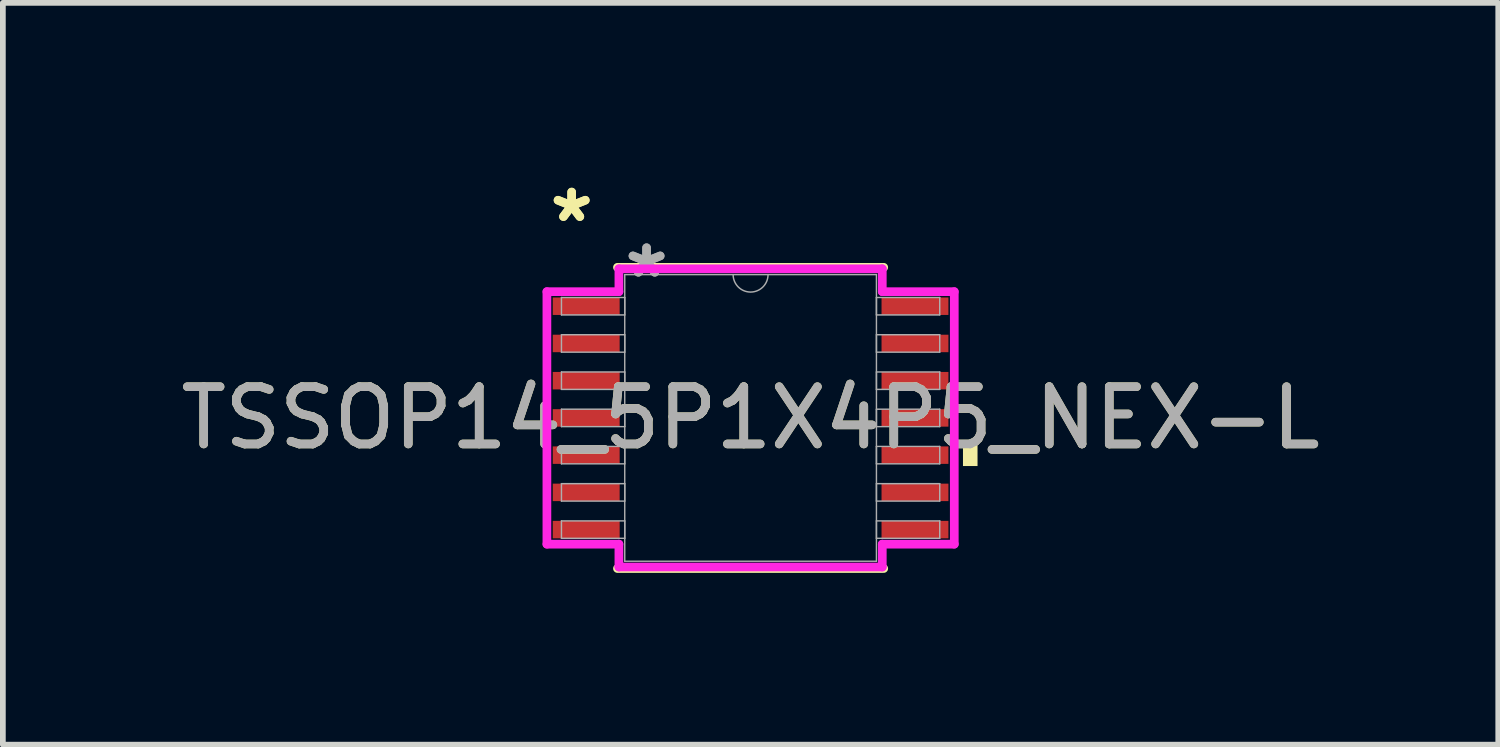
<source format=kicad_pcb>
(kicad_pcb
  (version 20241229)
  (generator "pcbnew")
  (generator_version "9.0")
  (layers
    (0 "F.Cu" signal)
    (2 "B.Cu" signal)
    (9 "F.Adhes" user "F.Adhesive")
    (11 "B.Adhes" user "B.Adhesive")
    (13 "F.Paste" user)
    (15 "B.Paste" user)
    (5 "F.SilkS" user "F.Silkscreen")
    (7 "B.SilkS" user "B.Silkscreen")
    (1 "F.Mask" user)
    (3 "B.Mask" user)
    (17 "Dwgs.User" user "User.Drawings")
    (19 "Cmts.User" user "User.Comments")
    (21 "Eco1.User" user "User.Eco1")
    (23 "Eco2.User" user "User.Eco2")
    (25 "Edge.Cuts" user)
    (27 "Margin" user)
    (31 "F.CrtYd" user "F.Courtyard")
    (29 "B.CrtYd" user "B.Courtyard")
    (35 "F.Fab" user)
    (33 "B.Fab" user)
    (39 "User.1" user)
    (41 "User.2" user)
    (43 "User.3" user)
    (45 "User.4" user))
  (footprint "TSSOP14_5P1X4P5_NEX-L"
    (layer "F.Cu")
    (at 10.054 4.246)
    (property "Reference" "TSSOP14_5P1X4P5_NEX-L" (at 0 0 0) (unlocked yes) (layer "F.SilkS") (effects (font (size 1 1) (thickness 0.15))))
    (attr smd)
    (fp_line (start -2.324 2.629) (end 2.324 2.629) (stroke (width 0.152) (type solid)) (layer "F.SilkS"))
    (fp_line (start 2.324 -2.629) (end -2.324 -2.629) (stroke (width 0.152) (type solid)) (layer "F.SilkS"))
    (fp_poly (pts (xy 3.962 0.459) (xy 3.962 0.84) (xy 3.708 0.84) (xy 3.708 0.459)) (stroke (width 0) (type solid)) (fill yes) (layer "F.SilkS"))
    (fp_line (start -3.556 -2.204) (end -2.299 -2.204) (stroke (width 0.152) (type solid)) (layer "F.CrtYd"))
    (fp_line (start -3.556 2.204) (end -3.556 -2.204) (stroke (width 0.152) (type solid)) (layer "F.CrtYd"))
    (fp_line (start -3.556 2.204) (end -2.299 2.204) (stroke (width 0.152) (type solid)) (layer "F.CrtYd"))
    (fp_line (start -2.299 -2.603) (end 2.299 -2.603) (stroke (width 0.152) (type solid)) (layer "F.CrtYd"))
    (fp_line (start -2.299 -2.204) (end -2.299 -2.603) (stroke (width 0.152) (type solid)) (layer "F.CrtYd"))
    (fp_line (start -2.299 2.603) (end -2.299 2.204) (stroke (width 0.152) (type solid)) (layer "F.CrtYd"))
    (fp_line (start 2.299 -2.603) (end 2.299 -2.204) (stroke (width 0.152) (type solid)) (layer "F.CrtYd"))
    (fp_line (start 2.299 2.204) (end 2.299 2.603) (stroke (width 0.152) (type solid)) (layer "F.CrtYd"))
    (fp_line (start 2.299 2.603) (end -2.299 2.603) (stroke (width 0.152) (type solid)) (layer "F.CrtYd"))
    (fp_line (start 3.556 -2.204) (end 2.299 -2.204) (stroke (width 0.152) (type solid)) (layer "F.CrtYd"))
    (fp_line (start 3.556 -2.204) (end 3.556 2.204) (stroke (width 0.152) (type solid)) (layer "F.CrtYd"))
    (fp_line (start 3.556 2.204) (end 2.299 2.204) (stroke (width 0.152) (type solid)) (layer "F.CrtYd"))
    (fp_line (start -3.302 -2.102) (end -3.302 -1.798) (stroke (width 0.025) (type solid)) (layer "F.Fab"))
    (fp_line (start -3.302 -1.798) (end -2.197 -1.798) (stroke (width 0.025) (type solid)) (layer "F.Fab"))
    (fp_line (start -3.302 -1.452) (end -3.302 -1.148) (stroke (width 0.025) (type solid)) (layer "F.Fab"))
    (fp_line (start -3.302 -1.148) (end -2.197 -1.148) (stroke (width 0.025) (type solid)) (layer "F.Fab"))
    (fp_line (start -3.302 -0.802) (end -3.302 -0.498) (stroke (width 0.025) (type solid)) (layer "F.Fab"))
    (fp_line (start -3.302 -0.498) (end -2.197 -0.498) (stroke (width 0.025) (type solid)) (layer "F.Fab"))
    (fp_line (start -3.302 -0.152) (end -3.302 0.152) (stroke (width 0.025) (type solid)) (layer "F.Fab"))
    (fp_line (start -3.302 0.152) (end -2.197 0.152) (stroke (width 0.025) (type solid)) (layer "F.Fab"))
    (fp_line (start -3.302 0.498) (end -3.302 0.802) (stroke (width 0.025) (type solid)) (layer "F.Fab"))
    (fp_line (start -3.302 0.802) (end -2.197 0.802) (stroke (width 0.025) (type solid)) (layer "F.Fab"))
    (fp_line (start -3.302 1.148) (end -3.302 1.452) (stroke (width 0.025) (type solid)) (layer "F.Fab"))
    (fp_line (start -3.302 1.452) (end -2.197 1.452) (stroke (width 0.025) (type solid)) (layer "F.Fab"))
    (fp_line (start -3.302 1.798) (end -3.302 2.102) (stroke (width 0.025) (type solid)) (layer "F.Fab"))
    (fp_line (start -3.302 2.102) (end -2.197 2.102) (stroke (width 0.025) (type solid)) (layer "F.Fab"))
    (fp_line (start -2.197 -2.502) (end -2.197 2.502) (stroke (width 0.025) (type solid)) (layer "F.Fab"))
    (fp_line (start -2.197 -2.102) (end -3.302 -2.102) (stroke (width 0.025) (type solid)) (layer "F.Fab"))
    (fp_line (start -2.197 -1.798) (end -2.197 -2.102) (stroke (width 0.025) (type solid)) (layer "F.Fab"))
    (fp_line (start -2.197 -1.452) (end -3.302 -1.452) (stroke (width 0.025) (type solid)) (layer "F.Fab"))
    (fp_line (start -2.197 -1.148) (end -2.197 -1.452) (stroke (width 0.025) (type solid)) (layer "F.Fab"))
    (fp_line (start -2.197 -0.802) (end -3.302 -0.802) (stroke (width 0.025) (type solid)) (layer "F.Fab"))
    (fp_line (start -2.197 -0.498) (end -2.197 -0.802) (stroke (width 0.025) (type solid)) (layer "F.Fab"))
    (fp_line (start -2.197 -0.152) (end -3.302 -0.152) (stroke (width 0.025) (type solid)) (layer "F.Fab"))
    (fp_line (start -2.197 0.152) (end -2.197 -0.152) (stroke (width 0.025) (type solid)) (layer "F.Fab"))
    (fp_line (start -2.197 0.498) (end -3.302 0.498) (stroke (width 0.025) (type solid)) (layer "F.Fab"))
    (fp_line (start -2.197 0.802) (end -2.197 0.498) (stroke (width 0.025) (type solid)) (layer "F.Fab"))
    (fp_line (start -2.197 1.148) (end -3.302 1.148) (stroke (width 0.025) (type solid)) (layer "F.Fab"))
    (fp_line (start -2.197 1.452) (end -2.197 1.148) (stroke (width 0.025) (type solid)) (layer "F.Fab"))
    (fp_line (start -2.197 1.798) (end -3.302 1.798) (stroke (width 0.025) (type solid)) (layer "F.Fab"))
    (fp_line (start -2.197 2.102) (end -2.197 1.798) (stroke (width 0.025) (type solid)) (layer "F.Fab"))
    (fp_line (start -2.197 2.502) (end 2.197 2.502) (stroke (width 0.025) (type solid)) (layer "F.Fab"))
    (fp_line (start 2.197 -2.502) (end -2.197 -2.502) (stroke (width 0.025) (type solid)) (layer "F.Fab"))
    (fp_line (start 2.197 -2.102) (end 2.197 -1.798) (stroke (width 0.025) (type solid)) (layer "F.Fab"))
    (fp_line (start 2.197 -1.798) (end 3.302 -1.798) (stroke (width 0.025) (type solid)) (layer "F.Fab"))
    (fp_line (start 2.197 -1.452) (end 2.197 -1.148) (stroke (width 0.025) (type solid)) (layer "F.Fab"))
    (fp_line (start 2.197 -1.148) (end 3.302 -1.148) (stroke (width 0.025) (type solid)) (layer "F.Fab"))
    (fp_line (start 2.197 -0.802) (end 2.197 -0.498) (stroke (width 0.025) (type solid)) (layer "F.Fab"))
    (fp_line (start 2.197 -0.498) (end 3.302 -0.498) (stroke (width 0.025) (type solid)) (layer "F.Fab"))
    (fp_line (start 2.197 -0.152) (end 2.197 0.152) (stroke (width 0.025) (type solid)) (layer "F.Fab"))
    (fp_line (start 2.197 0.152) (end 3.302 0.152) (stroke (width 0.025) (type solid)) (layer "F.Fab"))
    (fp_line (start 2.197 0.498) (end 2.197 0.802) (stroke (width 0.025) (type solid)) (layer "F.Fab"))
    (fp_line (start 2.197 0.802) (end 3.302 0.802) (stroke (width 0.025) (type solid)) (layer "F.Fab"))
    (fp_line (start 2.197 1.148) (end 2.197 1.452) (stroke (width 0.025) (type solid)) (layer "F.Fab"))
    (fp_line (start 2.197 1.452) (end 3.302 1.452) (stroke (width 0.025) (type solid)) (layer "F.Fab"))
    (fp_line (start 2.197 1.798) (end 2.197 2.102) (stroke (width 0.025) (type solid)) (layer "F.Fab"))
    (fp_line (start 2.197 2.102) (end 3.302 2.102) (stroke (width 0.025) (type solid)) (layer "F.Fab"))
    (fp_line (start 2.197 2.502) (end 2.197 -2.502) (stroke (width 0.025) (type solid)) (layer "F.Fab"))
    (fp_line (start 3.302 -2.102) (end 2.197 -2.102) (stroke (width 0.025) (type solid)) (layer "F.Fab"))
    (fp_line (start 3.302 -1.798) (end 3.302 -2.102) (stroke (width 0.025) (type solid)) (layer "F.Fab"))
    (fp_line (start 3.302 -1.452) (end 2.197 -1.452) (stroke (width 0.025) (type solid)) (layer "F.Fab"))
    (fp_line (start 3.302 -1.148) (end 3.302 -1.452) (stroke (width 0.025) (type solid)) (layer "F.Fab"))
    (fp_line (start 3.302 -0.802) (end 2.197 -0.802) (stroke (width 0.025) (type solid)) (layer "F.Fab"))
    (fp_line (start 3.302 -0.498) (end 3.302 -0.802) (stroke (width 0.025) (type solid)) (layer "F.Fab"))
    (fp_line (start 3.302 -0.152) (end 2.197 -0.152) (stroke (width 0.025) (type solid)) (layer "F.Fab"))
    (fp_line (start 3.302 0.152) (end 3.302 -0.152) (stroke (width 0.025) (type solid)) (layer "F.Fab"))
    (fp_line (start 3.302 0.498) (end 2.197 0.498) (stroke (width 0.025) (type solid)) (layer "F.Fab"))
    (fp_line (start 3.302 0.802) (end 3.302 0.498) (stroke (width 0.025) (type solid)) (layer "F.Fab"))
    (fp_line (start 3.302 1.148) (end 2.197 1.148) (stroke (width 0.025) (type solid)) (layer "F.Fab"))
    (fp_line (start 3.302 1.452) (end 3.302 1.148) (stroke (width 0.025) (type solid)) (layer "F.Fab"))
    (fp_line (start 3.302 1.798) (end 2.197 1.798) (stroke (width 0.025) (type solid)) (layer "F.Fab"))
    (fp_line (start 3.302 2.102) (end 3.302 1.798) (stroke (width 0.025) (type solid)) (layer "F.Fab"))
    (fp_arc (start 0.3048 -2.5019) (mid 0 -2.1971) (end -0.3048 -2.5019) (stroke (width 0.0254) (type solid)) (layer "F.Fab"))
    (fp_text user "*" (at -3.124 -3.398 0) (layer "F.SilkS") (effects (font (size 1 1) (thickness 0.15))))
    (fp_text user "*" (at -3.124 -3.398 0) (unlocked yes) (layer "F.SilkS") (effects (font (size 1 1) (thickness 0.15))))
    (fp_text user "${REFERENCE}" (at 0 0 0) (unlocked yes) (layer "F.Fab") (effects (font (size 1 1) (thickness 0.15))))
    (fp_text user "*" (at -1.816 -2.426 0) (unlocked yes) (layer "F.Fab") (effects (font (size 1 1) (thickness 0.15))))
    (fp_text user "*" (at -1.816 -2.426 0) (layer "F.Fab") (effects (font (size 1 1) (thickness 0.15))))
    (pad "1" smd rect (at -2.87 -1.95) (size 1.168 0.305) (layers "F.Cu" "F.Mask" "F.Paste"))
    (pad "2" smd rect (at -2.87 -1.3) (size 1.168 0.305) (layers "F.Cu" "F.Mask" "F.Paste"))
    (pad "3" smd rect (at -2.87 -0.65) (size 1.168 0.305) (layers "F.Cu" "F.Mask" "F.Paste"))
    (pad "4" smd rect (at -2.87 0) (size 1.168 0.305) (layers "F.Cu" "F.Mask" "F.Paste"))
    (pad "5" smd rect (at -2.87 0.65) (size 1.168 0.305) (layers "F.Cu" "F.Mask" "F.Paste"))
    (pad "6" smd rect (at -2.87 1.3) (size 1.168 0.305) (layers "F.Cu" "F.Mask" "F.Paste"))
    (pad "7" smd rect (at -2.87 1.95) (size 1.168 0.305) (layers "F.Cu" "F.Mask" "F.Paste"))
    (pad "8" smd rect (at 2.87 1.95) (size 1.168 0.305) (layers "F.Cu" "F.Mask" "F.Paste"))
    (pad "9" smd rect (at 2.87 1.3) (size 1.168 0.305) (layers "F.Cu" "F.Mask" "F.Paste"))
    (pad "10" smd rect (at 2.87 0.65) (size 1.168 0.305) (layers "F.Cu" "F.Mask" "F.Paste"))
    (pad "11" smd rect (at 2.87 0) (size 1.168 0.305) (layers "F.Cu" "F.Mask" "F.Paste"))
    (pad "12" smd rect (at 2.87 -0.65) (size 1.168 0.305) (layers "F.Cu" "F.Mask" "F.Paste"))
    (pad "13" smd rect (at 2.87 -1.3) (size 1.168 0.305) (layers "F.Cu" "F.Mask" "F.Paste"))
    (pad "14" smd rect (at 2.87 -1.95) (size 1.168 0.305) (layers "F.Cu" "F.Mask" "F.Paste")))
  (gr_rect
    (start -3 -3)
    (end 23.107 9.951)
    (stroke (width 0.1) (type default))
    (fill no)
    (layer "Edge.Cuts")))
</source>
